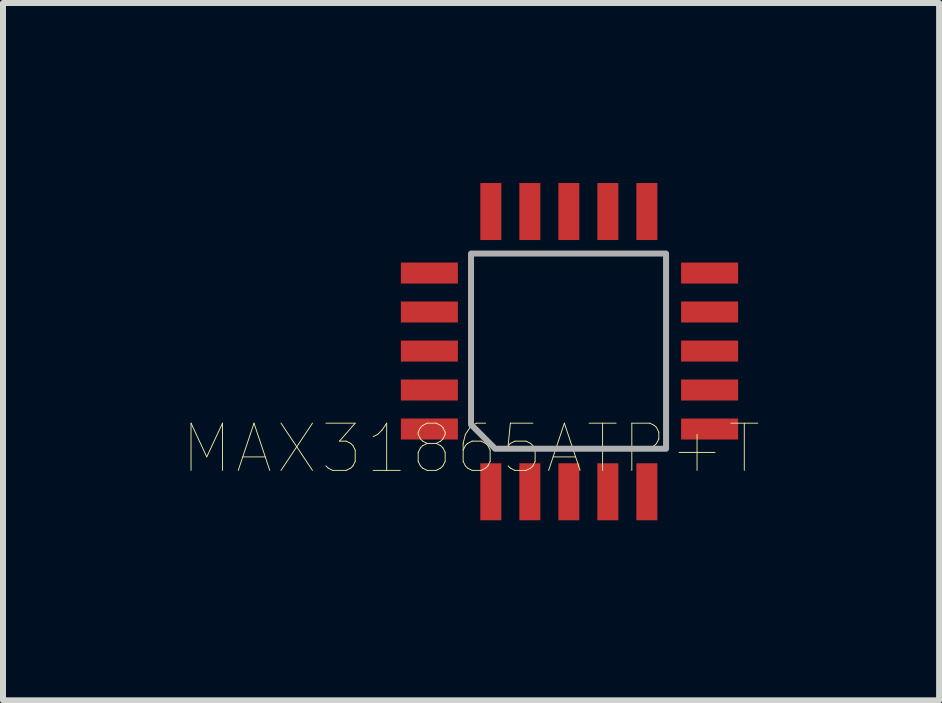
<source format=kicad_pcb>
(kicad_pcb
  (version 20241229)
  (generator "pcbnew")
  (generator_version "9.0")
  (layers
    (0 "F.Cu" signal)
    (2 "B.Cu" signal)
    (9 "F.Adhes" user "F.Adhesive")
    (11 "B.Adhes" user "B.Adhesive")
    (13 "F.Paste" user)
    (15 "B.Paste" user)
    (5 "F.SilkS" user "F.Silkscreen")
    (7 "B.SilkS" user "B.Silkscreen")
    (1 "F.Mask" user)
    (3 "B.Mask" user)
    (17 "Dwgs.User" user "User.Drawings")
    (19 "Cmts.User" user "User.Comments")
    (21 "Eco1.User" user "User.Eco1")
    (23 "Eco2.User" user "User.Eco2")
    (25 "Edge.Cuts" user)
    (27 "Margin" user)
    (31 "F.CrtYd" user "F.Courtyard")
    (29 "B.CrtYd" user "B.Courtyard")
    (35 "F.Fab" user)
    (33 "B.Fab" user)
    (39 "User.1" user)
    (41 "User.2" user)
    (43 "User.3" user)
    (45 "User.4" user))
  (footprint "MAX31865ATP+T"
    (layer "F.Cu")
    (at 4.799 4.425)
    (property "Reference" "MAX31865ATP+T" (at 0 0 0) (layer "F.SilkS") (effects (font (size 0.787 0.787) (thickness 0.015))))
    (attr through_hole)
    (fp_poly (pts (xy 0 -3.25) (xy 3.25 -3.25) (xy 3.25 0.003) (xy 0.403 0.003) (xy 0 -0.4)) (stroke (width 0.1) (type solid)) (fill no) (layer "F.Fab"))
    (pad "BIAS" smd rect (at 0.33 0.72) (size 0.35 0.95) (layers "F.Cu" "F.Mask" "F.Paste"))
    (pad "CS" smd rect (at 1.63 -3.95) (size 0.35 0.95) (layers "F.Cu" "F.Mask" "F.Paste"))
    (pad "DGND" smd rect (at 0.33 -3.95) (size 0.35 0.95) (layers "F.Cu" "F.Mask" "F.Paste"))
    (pad "DRDY" smd rect (at -0.694 -1.625) (size 0.95 0.35) (layers "F.Cu" "F.Mask" "F.Paste"))
    (pad "DVDD" smd rect (at -0.694 -0.976) (size 0.95 0.35) (layers "F.Cu" "F.Mask" "F.Paste"))
    (pad "FORCE" smd rect (at 3.976 -2.276) (size 0.95 0.35) (layers "F.Cu" "F.Mask" "F.Paste"))
    (pad "FORCE+" smd rect (at 2.93 0.72) (size 0.35 0.95) (layers "F.Cu" "F.Mask" "F.Paste"))
    (pad "FORCE2" smd rect (at 3.976 -0.326) (size 0.95 0.35) (layers "F.Cu" "F.Mask" "F.Paste"))
    (pad "GND1" smd rect (at -0.694 -2.925) (size 0.95 0.35) (layers "F.Cu" "F.Mask" "F.Paste"))
    (pad "GND2" smd rect (at 3.976 -2.925) (size 0.95 0.35) (layers "F.Cu" "F.Mask" "F.Paste"))
    (pad "ISENSOR" smd rect (at 2.28 0.72) (size 0.35 0.95) (layers "F.Cu" "F.Mask" "F.Paste"))
    (pad "NC" smd rect (at -0.694 -2.276) (size 0.95 0.35) (layers "F.Cu" "F.Mask" "F.Paste"))
    (pad "REFIN" smd rect (at 1.63 0.72) (size 0.35 0.95) (layers "F.Cu" "F.Mask" "F.Paste"))
    (pad "REFIN+" smd rect (at 0.98 0.72) (size 0.35 0.95) (layers "F.Cu" "F.Mask" "F.Paste"))
    (pad "RTDIN" smd rect (at 3.976 -1.625) (size 0.95 0.35) (layers "F.Cu" "F.Mask" "F.Paste"))
    (pad "RTDIN+" smd rect (at 3.976 -0.976) (size 0.95 0.35) (layers "F.Cu" "F.Mask" "F.Paste"))
    (pad "SCLK" smd rect (at 2.28 -3.95) (size 0.35 0.95) (layers "F.Cu" "F.Mask" "F.Paste"))
    (pad "SD0" smd rect (at 0.98 -3.95) (size 0.35 0.95) (layers "F.Cu" "F.Mask" "F.Paste"))
    (pad "SDI" smd rect (at 2.93 -3.95) (size 0.35 0.95) (layers "F.Cu" "F.Mask" "F.Paste"))
    (pad "VDD" smd rect (at -0.694 -0.326) (size 0.95 0.35) (layers "F.Cu" "F.Mask" "F.Paste")))
  (gr_rect
    (start -3 -3)
    (end 12.599 8.62)
    (stroke (width 0.1) (type default))
    (fill no)
    (layer "Edge.Cuts")))
</source>
